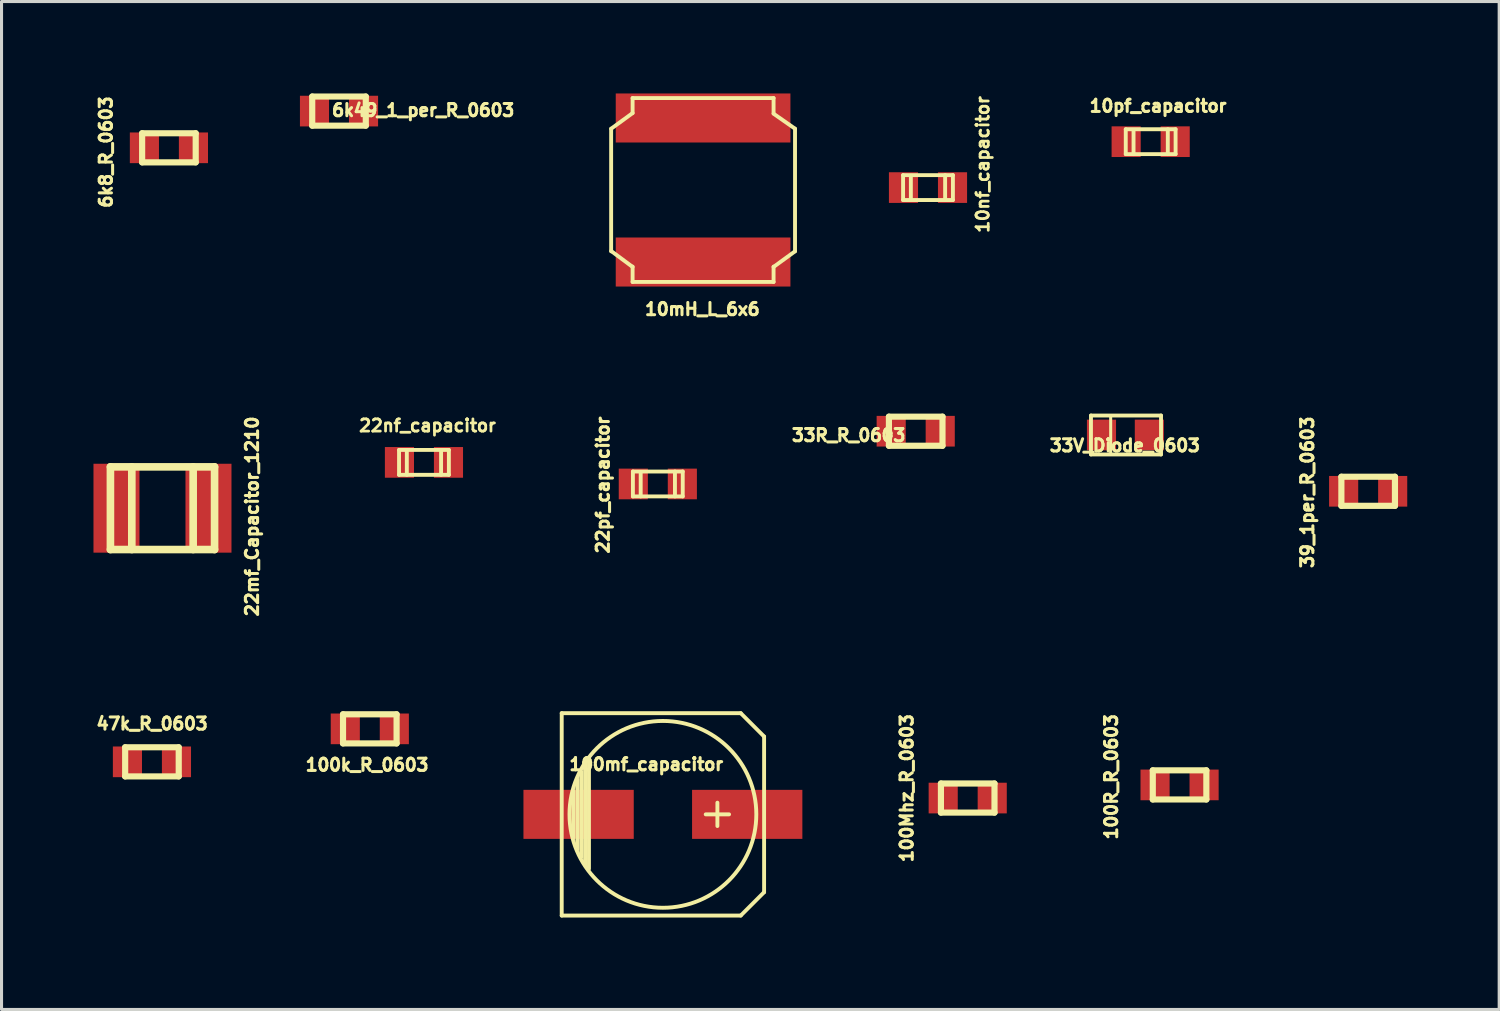
<source format=kicad_pcb>
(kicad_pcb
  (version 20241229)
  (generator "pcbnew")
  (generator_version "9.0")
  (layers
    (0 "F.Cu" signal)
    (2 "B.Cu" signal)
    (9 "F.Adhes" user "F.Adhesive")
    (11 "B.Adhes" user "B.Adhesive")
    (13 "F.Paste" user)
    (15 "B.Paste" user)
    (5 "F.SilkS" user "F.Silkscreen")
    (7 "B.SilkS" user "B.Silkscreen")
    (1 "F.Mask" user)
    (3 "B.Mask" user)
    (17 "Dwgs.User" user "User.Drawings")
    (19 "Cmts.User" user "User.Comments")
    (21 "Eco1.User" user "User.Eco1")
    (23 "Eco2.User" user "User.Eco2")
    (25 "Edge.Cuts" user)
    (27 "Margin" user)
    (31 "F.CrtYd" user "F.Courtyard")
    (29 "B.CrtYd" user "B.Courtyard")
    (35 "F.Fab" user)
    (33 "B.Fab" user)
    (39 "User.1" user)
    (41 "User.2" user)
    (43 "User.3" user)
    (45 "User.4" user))
  (footprint "39_1per_R_0603"
    (layer "F.Cu")
    (at 41.594 12.981)
    (property "Reference" "39_1per_R_0603" (at -1.984 0.033 90) (layer "F.SilkS") (effects (font (size 0.399 0.399) (thickness 0.099))))
    (attr smd)
    (fp_line (start -0.874 -0.475) (end 0.874 -0.475) (stroke (width 0.201) (type solid)) (layer "F.SilkS"))
    (fp_line (start -0.874 0.475) (end -0.874 -0.475) (stroke (width 0.201) (type solid)) (layer "F.SilkS"))
    (fp_line (start 0.874 -0.475) (end 0.874 0.475) (stroke (width 0.201) (type solid)) (layer "F.SilkS"))
    (fp_line (start 0.874 0.475) (end -0.874 0.475) (stroke (width 0.201) (type solid)) (layer "F.SilkS"))
    (pad "1" smd rect (at -0.8 0) (size 0.95 1.001) (layers "F.Cu" "F.Mask" "F.Paste"))
    (pad "2" smd rect (at 0.8 0) (size 0.95 1.001) (layers "F.Cu" "F.Mask" "F.Paste")))
  (footprint "10pf_capacitor"
    (layer "F.Cu")
    (at 34.497 1.573)
    (property "Reference" "10pf_capacitor" (at 0.241 -1.166 0) (layer "F.SilkS") (effects (font (size 0.399 0.399) (thickness 0.099))))
    (attr smd)
    (fp_line (start -0.813 -0.406) (end 0.813 -0.406) (stroke (width 0.127) (type solid)) (layer "F.SilkS"))
    (fp_line (start -0.813 0.406) (end -0.813 -0.406) (stroke (width 0.127) (type solid)) (layer "F.SilkS"))
    (fp_line (start -0.559 -0.381) (end -0.559 0.406) (stroke (width 0.127) (type solid)) (layer "F.SilkS"))
    (fp_line (start 0.559 0.406) (end 0.559 -0.406) (stroke (width 0.127) (type solid)) (layer "F.SilkS"))
    (fp_line (start 0.813 -0.406) (end 0.813 0.406) (stroke (width 0.127) (type solid)) (layer "F.SilkS"))
    (fp_line (start 0.813 0.406) (end -0.813 0.406) (stroke (width 0.127) (type solid)) (layer "F.SilkS"))
    (pad "1" smd rect (at 0.8 0) (size 0.95 1.001) (layers "F.Cu" "F.Mask" "F.Paste"))
    (pad "2" smd rect (at -0.8 0) (size 0.95 1.001) (layers "F.Cu" "F.Mask" "F.Paste")))
  (footprint "33R_R_0603"
    (layer "F.Cu")
    (at 26.83 11.021)
    (property "Reference" "33R_R_0603" (at -2.189 0.132 0) (layer "F.SilkS") (effects (font (size 0.399 0.399) (thickness 0.099))))
    (attr smd)
    (fp_line (start -0.874 -0.475) (end 0.874 -0.475) (stroke (width 0.201) (type solid)) (layer "F.SilkS"))
    (fp_line (start -0.874 0.475) (end -0.874 -0.475) (stroke (width 0.201) (type solid)) (layer "F.SilkS"))
    (fp_line (start 0.874 -0.475) (end 0.874 0.475) (stroke (width 0.201) (type solid)) (layer "F.SilkS"))
    (fp_line (start 0.874 0.475) (end -0.874 0.475) (stroke (width 0.201) (type solid)) (layer "F.SilkS"))
    (pad "1" smd rect (at -0.8 0) (size 0.95 1.001) (layers "F.Cu" "F.Mask" "F.Paste"))
    (pad "2" smd rect (at 0.8 0) (size 0.95 1.001) (layers "F.Cu" "F.Mask" "F.Paste")))
  (footprint "10nf_capacitor"
    (layer "F.Cu")
    (at 27.231 3.071)
    (property "Reference" "10nf_capacitor" (at 1.786 -0.754 90) (layer "F.SilkS") (effects (font (size 0.399 0.399) (thickness 0.09))))
    (attr smd)
    (fp_line (start -0.813 -0.406) (end 0.813 -0.406) (stroke (width 0.127) (type solid)) (layer "F.SilkS"))
    (fp_line (start -0.813 0.406) (end -0.813 -0.406) (stroke (width 0.127) (type solid)) (layer "F.SilkS"))
    (fp_line (start -0.559 -0.381) (end -0.559 0.406) (stroke (width 0.127) (type solid)) (layer "F.SilkS"))
    (fp_line (start 0.559 0.406) (end 0.559 -0.406) (stroke (width 0.127) (type solid)) (layer "F.SilkS"))
    (fp_line (start 0.813 -0.406) (end 0.813 0.406) (stroke (width 0.127) (type solid)) (layer "F.SilkS"))
    (fp_line (start 0.813 0.406) (end -0.813 0.406) (stroke (width 0.127) (type solid)) (layer "F.SilkS"))
    (pad "1" smd rect (at 0.8 0) (size 0.95 1.001) (layers "F.Cu" "F.Mask" "F.Paste"))
    (pad "2" smd rect (at -0.8 0) (size 0.95 1.001) (layers "F.Cu" "F.Mask" "F.Paste")))
  (footprint "100mf_capacitor"
    (layer "F.Cu")
    (at 18.581 23.523)
    (property "Reference" "100mf_capacitor" (at -0.543 -1.633 0) (layer "F.SilkS") (effects (font (size 0.399 0.399) (thickness 0.099))))
    (attr smd)
    (fp_line (start -3.302 -3.302) (end -3.302 3.302) (stroke (width 0.127) (type solid)) (layer "F.SilkS"))
    (fp_line (start -3.302 3.302) (end 2.54 3.302) (stroke (width 0.127) (type solid)) (layer "F.SilkS"))
    (fp_line (start -2.921 -0.762) (end -2.921 0.762) (stroke (width 0.127) (type solid)) (layer "F.SilkS"))
    (fp_line (start -2.794 1.143) (end -2.794 -1.143) (stroke (width 0.127) (type solid)) (layer "F.SilkS"))
    (fp_line (start -2.667 -1.397) (end -2.667 1.397) (stroke (width 0.127) (type solid)) (layer "F.SilkS"))
    (fp_line (start -2.54 1.651) (end -2.54 -1.651) (stroke (width 0.127) (type solid)) (layer "F.SilkS"))
    (fp_line (start -2.413 -1.778) (end -2.413 1.778) (stroke (width 0.127) (type solid)) (layer "F.SilkS"))
    (fp_line (start 1.778 -0.381) (end 1.778 0.381) (stroke (width 0.127) (type solid)) (layer "F.SilkS"))
    (fp_line (start 2.159 0) (end 1.397 0) (stroke (width 0.127) (type solid)) (layer "F.SilkS"))
    (fp_line (start 2.54 -3.302) (end -3.302 -3.302) (stroke (width 0.127) (type solid)) (layer "F.SilkS"))
    (fp_line (start 2.54 3.302) (end 3.302 2.54) (stroke (width 0.127) (type solid)) (layer "F.SilkS"))
    (fp_line (start 3.302 -2.54) (end 2.54 -3.302) (stroke (width 0.127) (type solid)) (layer "F.SilkS"))
    (fp_line (start 3.302 2.54) (end 3.302 -2.54) (stroke (width 0.127) (type solid)) (layer "F.SilkS"))
    (fp_circle (center 0 0) (end -3.048 0) (stroke (width 0.127) (type solid)) (fill no) (layer "F.SilkS"))
    (pad "1" smd rect (at 2.751 0) (size 3.599 1.6) (layers "F.Cu" "F.Mask" "F.Paste"))
    (pad "2" smd rect (at -2.751 0) (size 3.599 1.6) (layers "F.Cu" "F.Mask" "F.Paste")))
  (footprint "22pf_capacitor"
    (layer "F.Cu")
    (at 18.415 12.742)
    (property "Reference" "22pf_capacitor" (at -1.792 0.034 90) (layer "F.SilkS") (effects (font (size 0.399 0.399) (thickness 0.099))))
    (attr smd)
    (fp_line (start -0.813 -0.406) (end 0.813 -0.406) (stroke (width 0.127) (type solid)) (layer "F.SilkS"))
    (fp_line (start -0.813 0.406) (end -0.813 -0.406) (stroke (width 0.127) (type solid)) (layer "F.SilkS"))
    (fp_line (start -0.559 -0.381) (end -0.559 0.406) (stroke (width 0.127) (type solid)) (layer "F.SilkS"))
    (fp_line (start 0.559 0.406) (end 0.559 -0.406) (stroke (width 0.127) (type solid)) (layer "F.SilkS"))
    (fp_line (start 0.813 -0.406) (end 0.813 0.406) (stroke (width 0.127) (type solid)) (layer "F.SilkS"))
    (fp_line (start 0.813 0.406) (end -0.813 0.406) (stroke (width 0.127) (type solid)) (layer "F.SilkS"))
    (pad "1" smd rect (at 0.8 0) (size 0.95 1.001) (layers "F.Cu" "F.Mask" "F.Paste"))
    (pad "2" smd rect (at -0.8 0) (size 0.95 1.001) (layers "F.Cu" "F.Mask" "F.Paste")))
  (footprint "6k8_R_0603"
    (layer "F.Cu")
    (at 2.462 1.773)
    (property "Reference" "6k8_R_0603" (at -2.055 0.14 90) (layer "F.SilkS") (effects (font (size 0.399 0.399) (thickness 0.099))))
    (attr smd)
    (fp_line (start -0.874 -0.475) (end 0.874 -0.475) (stroke (width 0.201) (type solid)) (layer "F.SilkS"))
    (fp_line (start -0.874 0.475) (end -0.874 -0.475) (stroke (width 0.201) (type solid)) (layer "F.SilkS"))
    (fp_line (start 0.874 -0.475) (end 0.874 0.475) (stroke (width 0.201) (type solid)) (layer "F.SilkS"))
    (fp_line (start 0.874 0.475) (end -0.874 0.475) (stroke (width 0.201) (type solid)) (layer "F.SilkS"))
    (pad "1" smd rect (at -0.8 0) (size 0.95 1.001) (layers "F.Cu" "F.Mask" "F.Paste"))
    (pad "2" smd rect (at 0.8 0) (size 0.95 1.001) (layers "F.Cu" "F.Mask" "F.Paste")))
  (footprint "100Mhz_R_0603"
    (layer "F.Cu")
    (at 28.527 22.991)
    (property "Reference" "100Mhz_R_0603" (at -1.989 -0.323 90) (layer "F.SilkS") (effects (font (size 0.399 0.399) (thickness 0.099))))
    (attr smd)
    (fp_line (start -0.874 -0.475) (end 0.874 -0.475) (stroke (width 0.201) (type solid)) (layer "F.SilkS"))
    (fp_line (start -0.874 0.475) (end -0.874 -0.475) (stroke (width 0.201) (type solid)) (layer "F.SilkS"))
    (fp_line (start 0.874 -0.475) (end 0.874 0.475) (stroke (width 0.201) (type solid)) (layer "F.SilkS"))
    (fp_line (start 0.874 0.475) (end -0.874 0.475) (stroke (width 0.201) (type solid)) (layer "F.SilkS"))
    (pad "1" smd rect (at -0.8 0) (size 0.95 1.001) (layers "F.Cu" "F.Mask" "F.Paste"))
    (pad "2" smd rect (at 0.8 0) (size 0.95 1.001) (layers "F.Cu" "F.Mask" "F.Paste")))
  (footprint "100R_R_0603"
    (layer "F.Cu")
    (at 35.44 22.562)
    (property "Reference" "100R_R_0603" (at -2.23 -0.264 90) (layer "F.SilkS") (effects (font (size 0.399 0.399) (thickness 0.099))))
    (attr smd)
    (fp_line (start -0.874 -0.475) (end 0.874 -0.475) (stroke (width 0.201) (type solid)) (layer "F.SilkS"))
    (fp_line (start -0.874 0.475) (end -0.874 -0.475) (stroke (width 0.201) (type solid)) (layer "F.SilkS"))
    (fp_line (start 0.874 -0.475) (end 0.874 0.475) (stroke (width 0.201) (type solid)) (layer "F.SilkS"))
    (fp_line (start 0.874 0.475) (end -0.874 0.475) (stroke (width 0.201) (type solid)) (layer "F.SilkS"))
    (pad "1" smd rect (at -0.8 0) (size 0.95 1.001) (layers "F.Cu" "F.Mask" "F.Paste"))
    (pad "2" smd rect (at 0.8 0) (size 0.95 1.001) (layers "F.Cu" "F.Mask" "F.Paste")))
  (footprint "100k_R_0603"
    (layer "F.Cu")
    (at 9.017 20.733)
    (property "Reference" "100k_R_0603" (at -0.089 1.176 0) (layer "F.SilkS") (effects (font (size 0.399 0.399) (thickness 0.099))))
    (attr smd)
    (fp_line (start -0.874 -0.475) (end 0.874 -0.475) (stroke (width 0.201) (type solid)) (layer "F.SilkS"))
    (fp_line (start -0.874 0.475) (end -0.874 -0.475) (stroke (width 0.201) (type solid)) (layer "F.SilkS"))
    (fp_line (start 0.874 -0.475) (end 0.874 0.475) (stroke (width 0.201) (type solid)) (layer "F.SilkS"))
    (fp_line (start 0.874 0.475) (end -0.874 0.475) (stroke (width 0.201) (type solid)) (layer "F.SilkS"))
    (pad "1" smd rect (at -0.8 0) (size 0.95 1.001) (layers "F.Cu" "F.Mask" "F.Paste"))
    (pad "2" smd rect (at 0.8 0) (size 0.95 1.001) (layers "F.Cu" "F.Mask" "F.Paste")))
  (footprint "47k_R_0603"
    (layer "F.Cu")
    (at 1.908 21.809)
    (property "Reference" "47k_R_0603" (at 0.005 -1.245 0) (layer "F.SilkS") (effects (font (size 0.399 0.399) (thickness 0.099))))
    (attr smd)
    (fp_line (start -0.874 -0.475) (end 0.874 -0.475) (stroke (width 0.201) (type solid)) (layer "F.SilkS"))
    (fp_line (start -0.874 0.475) (end -0.874 -0.475) (stroke (width 0.201) (type solid)) (layer "F.SilkS"))
    (fp_line (start 0.874 -0.475) (end 0.874 0.475) (stroke (width 0.201) (type solid)) (layer "F.SilkS"))
    (fp_line (start 0.874 0.475) (end -0.874 0.475) (stroke (width 0.201) (type solid)) (layer "F.SilkS"))
    (pad "1" smd rect (at -0.8 0) (size 0.95 1.001) (layers "F.Cu" "F.Mask" "F.Paste"))
    (pad "2" smd rect (at 0.8 0) (size 0.95 1.001) (layers "F.Cu" "F.Mask" "F.Paste")))
  (footprint "22mf_Capacitor_1210"
    (layer "F.Cu")
    (at 2.252 13.533)
    (property "Reference" "22mf_Capacitor_1210" (at 2.924 0.269 90) (layer "F.SilkS") (effects (font (size 0.399 0.399) (thickness 0.099))))
    (attr smd)
    (fp_line (start -1.699 -1.349) (end 1.699 -1.349) (stroke (width 0.249) (type solid)) (layer "F.SilkS"))
    (fp_line (start -1.699 1.349) (end -1.699 -1.349) (stroke (width 0.249) (type solid)) (layer "F.SilkS"))
    (fp_line (start -1.001 -1.349) (end -1.001 1.349) (stroke (width 0.249) (type solid)) (layer "F.SilkS"))
    (fp_line (start 1.001 -1.349) (end 1.001 1.349) (stroke (width 0.249) (type solid)) (layer "F.SilkS"))
    (fp_line (start 1.699 -1.349) (end 1.699 1.349) (stroke (width 0.249) (type solid)) (layer "F.SilkS"))
    (fp_line (start 1.699 1.349) (end -1.699 1.349) (stroke (width 0.249) (type solid)) (layer "F.SilkS"))
    (pad "1" smd rect (at 1.501 0) (size 1.501 2.901) (layers "F.Cu" "F.Mask" "F.Paste"))
    (pad "2" smd rect (at -1.501 0) (size 1.501 2.901) (layers "F.Cu" "F.Mask" "F.Paste")))
  (footprint "22nf_capacitor"
    (layer "F.Cu")
    (at 10.784 12.038)
    (property "Reference" "22nf_capacitor" (at 0.115 -1.201 0) (layer "F.SilkS") (effects (font (size 0.399 0.399) (thickness 0.09))))
    (attr smd)
    (fp_line (start -0.813 -0.406) (end 0.813 -0.406) (stroke (width 0.127) (type solid)) (layer "F.SilkS"))
    (fp_line (start -0.813 0.406) (end -0.813 -0.406) (stroke (width 0.127) (type solid)) (layer "F.SilkS"))
    (fp_line (start -0.559 -0.381) (end -0.559 0.406) (stroke (width 0.127) (type solid)) (layer "F.SilkS"))
    (fp_line (start 0.559 0.406) (end 0.559 -0.406) (stroke (width 0.127) (type solid)) (layer "F.SilkS"))
    (fp_line (start 0.813 -0.406) (end 0.813 0.406) (stroke (width 0.127) (type solid)) (layer "F.SilkS"))
    (fp_line (start 0.813 0.406) (end -0.813 0.406) (stroke (width 0.127) (type solid)) (layer "F.SilkS"))
    (pad "1" smd rect (at 0.8 0) (size 0.95 1.001) (layers "F.Cu" "F.Mask" "F.Paste"))
    (pad "2" smd rect (at -0.8 0) (size 0.95 1.001) (layers "F.Cu" "F.Mask" "F.Paste")))
  (footprint "10mH_L_6x6"
    (layer "F.Cu")
    (at 19.892 3.15)
    (property "Reference" "10mH_L_6x6" (at -0.023 3.889 0) (layer "F.SilkS") (effects (font (size 0.399 0.399) (thickness 0.099))))
    (attr smd)
    (fp_line (start -3 -2) (end -3 2) (stroke (width 0.127) (type solid)) (layer "F.SilkS"))
    (fp_line (start -3 1.99) (end -2.3 2.51) (stroke (width 0.127) (type solid)) (layer "F.SilkS"))
    (fp_line (start -2.3 -3) (end -2.3 -2.51) (stroke (width 0.127) (type solid)) (layer "F.SilkS"))
    (fp_line (start -2.3 -3) (end 2.3 -3) (stroke (width 0.127) (type solid)) (layer "F.SilkS"))
    (fp_line (start -2.3 -2.51) (end -3 -2) (stroke (width 0.127) (type solid)) (layer "F.SilkS"))
    (fp_line (start -2.3 3) (end -2.3 2.5) (stroke (width 0.127) (type solid)) (layer "F.SilkS"))
    (fp_line (start -2.3 3) (end 2.3 3) (stroke (width 0.127) (type solid)) (layer "F.SilkS"))
    (fp_line (start 2.3 -3) (end 2.3 -2.5) (stroke (width 0.127) (type solid)) (layer "F.SilkS"))
    (fp_line (start 2.3 -2.49) (end 3 -2) (stroke (width 0.127) (type solid)) (layer "F.SilkS"))
    (fp_line (start 2.3 2.51) (end 3 2) (stroke (width 0.127) (type solid)) (layer "F.SilkS"))
    (fp_line (start 2.3 3) (end 2.3 2.5) (stroke (width 0.127) (type solid)) (layer "F.SilkS"))
    (fp_line (start 3 -2) (end 3 2) (stroke (width 0.127) (type solid)) (layer "F.SilkS"))
    (pad "1" smd rect (at 0 2.35) (size 5.7 1.6) (layers "F.Cu" "F.Mask" "F.Paste"))
    (pad "2" smd rect (at 0 -2.35) (size 5.7 1.6) (layers "F.Cu" "F.Mask" "F.Paste")))
  (footprint "33V_Diode_0603"
    (layer "F.Cu")
    (at 33.692 11.144)
    (property "Reference" "33V_Diode_0603" (at -0.038 0.343 0) (layer "F.SilkS") (effects (font (size 0.399 0.399) (thickness 0.099))))
    (attr smd)
    (fp_line (start -1.143 -0.635) (end 1.143 -0.635) (stroke (width 0.127) (type solid)) (layer "F.SilkS"))
    (fp_line (start -1.143 0.635) (end -1.143 -0.635) (stroke (width 0.127) (type solid)) (layer "F.SilkS"))
    (fp_line (start -0.5 -0.599) (end -0.5 0.599) (stroke (width 0.099) (type solid)) (layer "F.SilkS"))
    (fp_line (start 1.143 -0.635) (end 1.143 0.635) (stroke (width 0.127) (type solid)) (layer "F.SilkS"))
    (fp_line (start 1.143 0.635) (end -1.143 0.635) (stroke (width 0.127) (type solid)) (layer "F.SilkS"))
    (pad "1" smd rect (at 0.762 0) (size 0.95 1.001) (layers "F.Cu" "F.Mask" "F.Paste"))
    (pad "2" smd rect (at -0.8 0) (size 0.95 1.001) (layers "F.Cu" "F.Mask" "F.Paste")))
  (footprint "6k49_1_per_R_0603"
    (layer "F.Cu")
    (at 8.012 0.575)
    (property "Reference" "6k49_1_per_R_0603" (at 2.746 -0.028 0) (layer "F.SilkS") (effects (font (size 0.399 0.399) (thickness 0.099))))
    (attr smd)
    (fp_line (start -0.874 -0.475) (end 0.874 -0.475) (stroke (width 0.201) (type solid)) (layer "F.SilkS"))
    (fp_line (start -0.874 0.475) (end -0.874 -0.475) (stroke (width 0.201) (type solid)) (layer "F.SilkS"))
    (fp_line (start 0.874 -0.475) (end 0.874 0.475) (stroke (width 0.201) (type solid)) (layer "F.SilkS"))
    (fp_line (start 0.874 0.475) (end -0.874 0.475) (stroke (width 0.201) (type solid)) (layer "F.SilkS"))
    (pad "1" smd rect (at -0.8 0) (size 0.95 1.001) (layers "F.Cu" "F.Mask" "F.Paste"))
    (pad "2" smd rect (at 0.8 0) (size 0.95 1.001) (layers "F.Cu" "F.Mask" "F.Paste")))
  (gr_rect
    (start -3 -3)
    (end 45.869 29.889)
    (stroke (width 0.1) (type default))
    (fill no)
    (layer "Edge.Cuts")))
</source>
